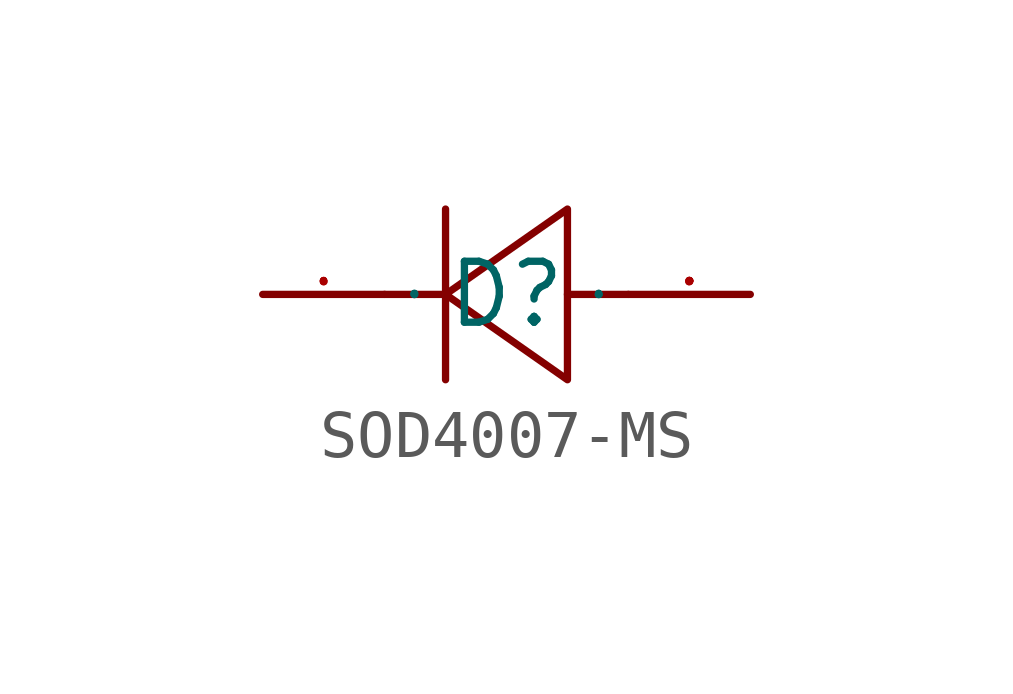
<source format=kicad_sym>
(kicad_symbol_lib
  (version 20241209)
  (generator "kicad_symbol_editor")
  (generator_version "9.0")
  (symbol "SOD4007-MS"
    (property "Reference" "D"
      (at 0 0 0)
      (effects (font (size 1.27 1.27))))
    (property "Value" ""
      (at 0 0 0)
      (effects (font (size 1.27 1.27))))
    (symbol "SOD4007-MS_1_0"
      (polyline (pts (xy -1.27 1.778) (xy -1.27 -1.778)) (stroke (width 0) (type default)) (fill (type none)))
      (polyline (pts (xy -1.27 0) (xy -2.54 0)) (stroke (width 0) (type default)) (fill (type none)))
      (polyline (pts (xy 1.27 1.778) (xy -1.27 0) (xy -1.27 0) (xy 1.27 -1.778) (xy 1.27 -1.778) (xy 1.27 1.778)) (stroke (width 0) (type default)) (fill (type none)))
      (polyline (pts (xy 2.54 0) (xy 1.27 0)) (stroke (width 0) (type default)) (fill (type none)))
      (pin unspecified line (at -5.08 0 0) (length 2.54) (name "K" (effects (font (size 0.025 0.025)))) (number "1" (effects (font (size 0.025 0.025)))))
      (pin unspecified line (at 5.08 0 180) (length 2.54) (name "A" (effects (font (size 0.025 0.025)))) (number "2" (effects (font (size 0.025 0.025))))))))
</source>
